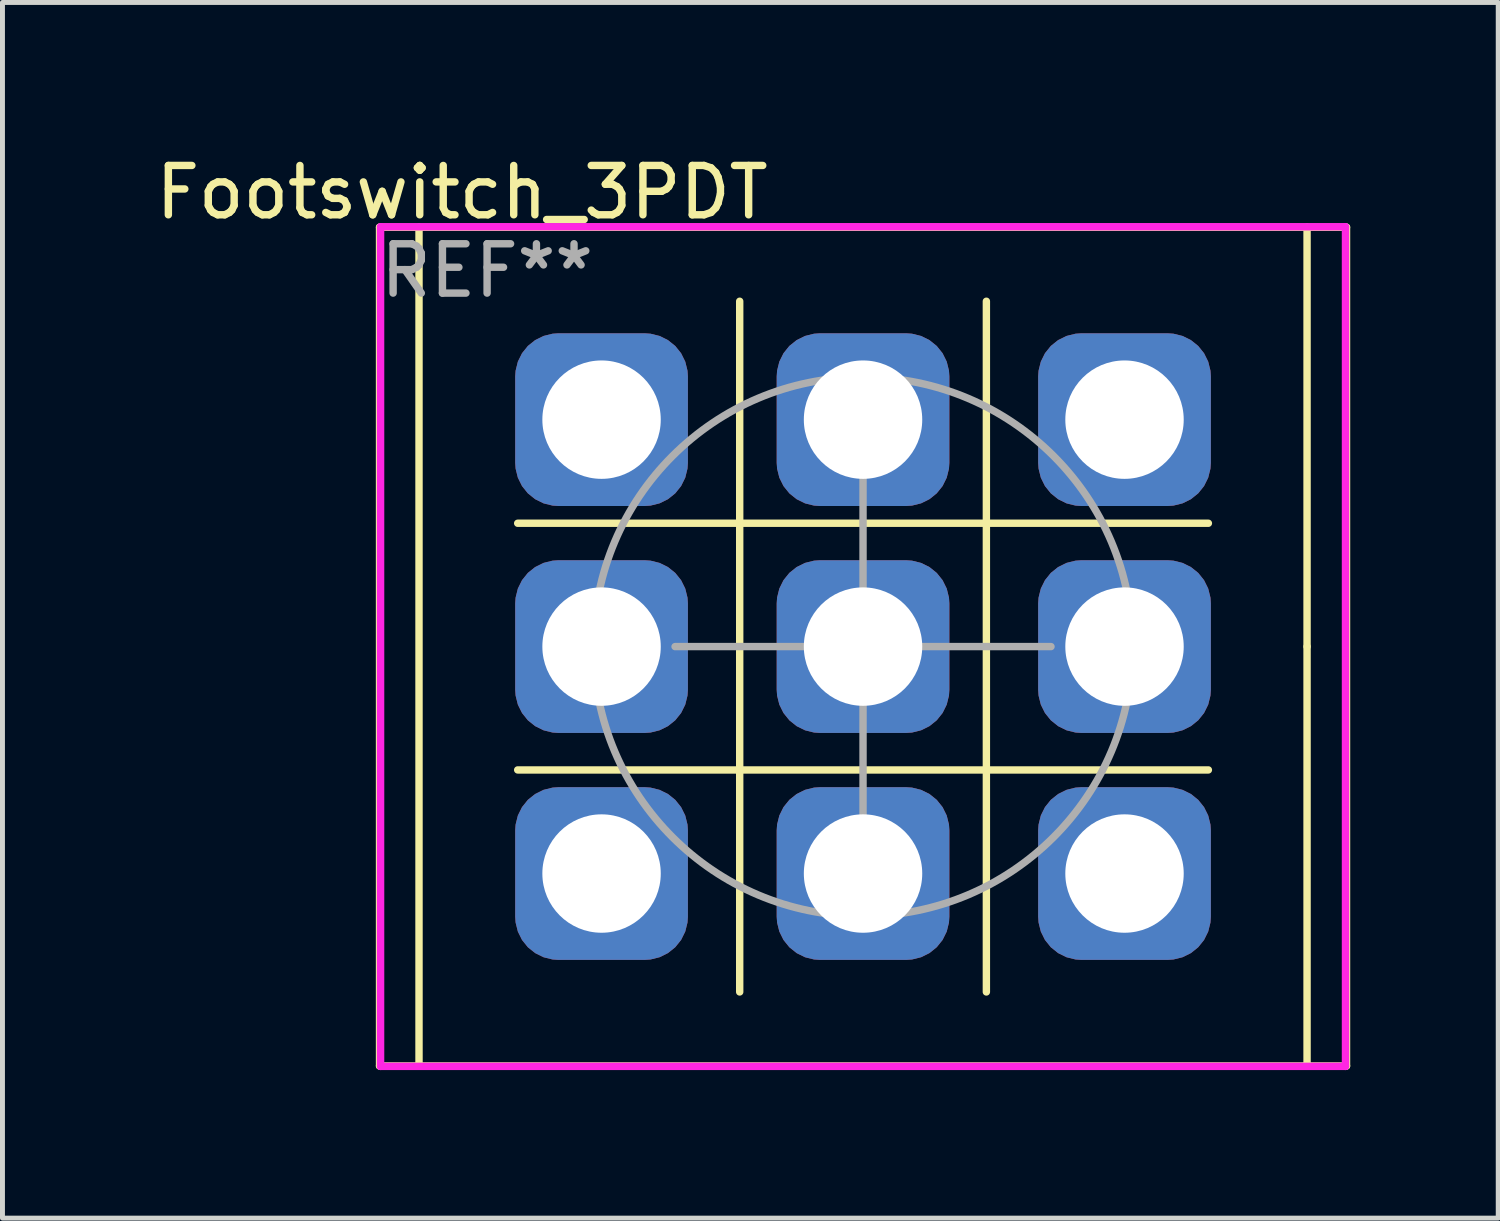
<source format=kicad_pcb>
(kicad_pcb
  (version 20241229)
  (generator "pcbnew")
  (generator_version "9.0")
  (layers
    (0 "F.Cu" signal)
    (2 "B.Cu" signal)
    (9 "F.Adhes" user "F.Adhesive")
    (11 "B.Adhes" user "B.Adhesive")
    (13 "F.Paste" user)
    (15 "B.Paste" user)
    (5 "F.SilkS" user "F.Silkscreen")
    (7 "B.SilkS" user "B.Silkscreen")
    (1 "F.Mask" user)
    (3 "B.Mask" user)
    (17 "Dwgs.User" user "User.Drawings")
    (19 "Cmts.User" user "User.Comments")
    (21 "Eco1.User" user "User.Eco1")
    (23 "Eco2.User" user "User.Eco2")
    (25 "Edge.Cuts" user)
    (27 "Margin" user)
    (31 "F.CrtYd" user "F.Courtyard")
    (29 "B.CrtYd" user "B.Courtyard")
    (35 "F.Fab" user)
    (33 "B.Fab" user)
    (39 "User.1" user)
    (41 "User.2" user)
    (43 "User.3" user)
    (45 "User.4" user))
  (footprint "Footswitch_3PDT"
    (layer "F.Cu")
    (at 14.443 10.056)
    (property "Reference" "Footswitch_3PDT" (at -8.128 -9.207 0) (layer "F.SilkS") (effects (font (size 1 1) (thickness 0.15))))
    (attr through_hole)
    (fp_line (start -9.8 -8.5) (end -9 -8.5) (stroke (width 0.15) (type solid)) (layer "F.SilkS"))
    (fp_line (start -9.8 8.5) (end -9.8 -8.5) (stroke (width 0.15) (type solid)) (layer "F.SilkS"))
    (fp_line (start -9 -8.5) (end 9 -8.5) (stroke (width 0.15) (type solid)) (layer "F.SilkS"))
    (fp_line (start -9 8.5) (end -9.8 8.5) (stroke (width 0.15) (type solid)) (layer "F.SilkS"))
    (fp_line (start -9 8.5) (end -9 -8.5) (stroke (width 0.15) (type solid)) (layer "F.SilkS"))
    (fp_line (start -9 8.5) (end 9 8.5) (stroke (width 0.15) (type solid)) (layer "F.SilkS"))
    (fp_line (start -7 -2.5) (end 7 -2.5) (stroke (width 0.15) (type solid)) (layer "F.SilkS"))
    (fp_line (start -2.5 -7) (end -2.5 7) (stroke (width 0.15) (type solid)) (layer "F.SilkS"))
    (fp_line (start 2.5 7) (end 2.5 -7) (stroke (width 0.15) (type solid)) (layer "F.SilkS"))
    (fp_line (start 7 2.5) (end -7 2.5) (stroke (width 0.15) (type solid)) (layer "F.SilkS"))
    (fp_line (start 9 -8.5) (end 9 0) (stroke (width 0.15) (type solid)) (layer "F.SilkS"))
    (fp_line (start 9 8.5) (end 9 0) (stroke (width 0.15) (type solid)) (layer "F.SilkS"))
    (fp_line (start 9.8 -8.5) (end 9 -8.5) (stroke (width 0.15) (type solid)) (layer "F.SilkS"))
    (fp_line (start 9.8 8.5) (end 9 8.5) (stroke (width 0.15) (type solid)) (layer "F.SilkS"))
    (fp_line (start 9.8 8.5) (end 9.8 -8.5) (stroke (width 0.15) (type solid)) (layer "F.SilkS"))
    (fp_line (start -9.779 -8.509) (end 9.779 -8.509) (stroke (width 0.15) (type solid)) (layer "F.CrtYd"))
    (fp_line (start -9.779 8.509) (end -9.779 -8.509) (stroke (width 0.15) (type solid)) (layer "F.CrtYd"))
    (fp_line (start 9.779 -8.509) (end 9.779 8.509) (stroke (width 0.15) (type solid)) (layer "F.CrtYd"))
    (fp_line (start 9.779 8.509) (end -9.779 8.509) (stroke (width 0.15) (type solid)) (layer "F.CrtYd"))
    (fp_line (start -3.81 0) (end 3.81 0) (stroke (width 0.15) (type solid)) (layer "F.Fab"))
    (fp_line (start 0 -3.81) (end 0 3.81) (stroke (width 0.15) (type solid)) (layer "F.Fab"))
    (fp_circle (center 0 0) (end 4.445 -3.175) (stroke (width 0.15) (type solid)) (fill no) (layer "F.Fab"))
    (fp_text user "REF**" (at -7.62 -7.62 0) (layer "F.Fab") (effects (font (size 1 1) (thickness 0.15))))
    (pad "1" thru_hole roundrect (at -5.3 -4.6) (size 3.5 3.5) (drill 2.4) (layers "*.Cu" "*.Mask") (roundrect_rratio 0.25))
    (pad "2" thru_hole roundrect (at 0 -4.6) (size 3.5 3.5) (drill 2.4) (layers "*.Cu" "*.Mask") (roundrect_rratio 0.25))
    (pad "3" thru_hole roundrect (at 5.3 -4.6) (size 3.5 3.5) (drill 2.4) (layers "*.Cu" "*.Mask") (roundrect_rratio 0.25))
    (pad "4" thru_hole roundrect (at -5.3 0) (size 3.5 3.5) (drill 2.4) (layers "*.Cu" "*.Mask") (roundrect_rratio 0.25))
    (pad "5" thru_hole roundrect (at 0 0) (size 3.5 3.5) (drill 2.4) (layers "*.Cu" "*.Mask") (roundrect_rratio 0.25))
    (pad "6" thru_hole roundrect (at 5.3 0) (size 3.5 3.5) (drill 2.4) (layers "*.Cu" "*.Mask") (roundrect_rratio 0.25))
    (pad "7" thru_hole roundrect (at -5.3 4.6) (size 3.5 3.5) (drill 2.4) (layers "*.Cu" "*.Mask") (roundrect_rratio 0.25))
    (pad "8" thru_hole roundrect (at 0 4.6) (size 3.5 3.5) (drill 2.4) (layers "*.Cu" "*.Mask") (roundrect_rratio 0.25))
    (pad "9" thru_hole roundrect (at 5.3 4.6) (size 3.5 3.5) (drill 2.4) (layers "*.Cu" "*.Mask") (roundrect_rratio 0.25)))
  (gr_rect
    (start -3 -3)
    (end 27.318 21.64)
    (stroke (width 0.1) (type default))
    (fill no)
    (layer "Edge.Cuts")))
</source>
